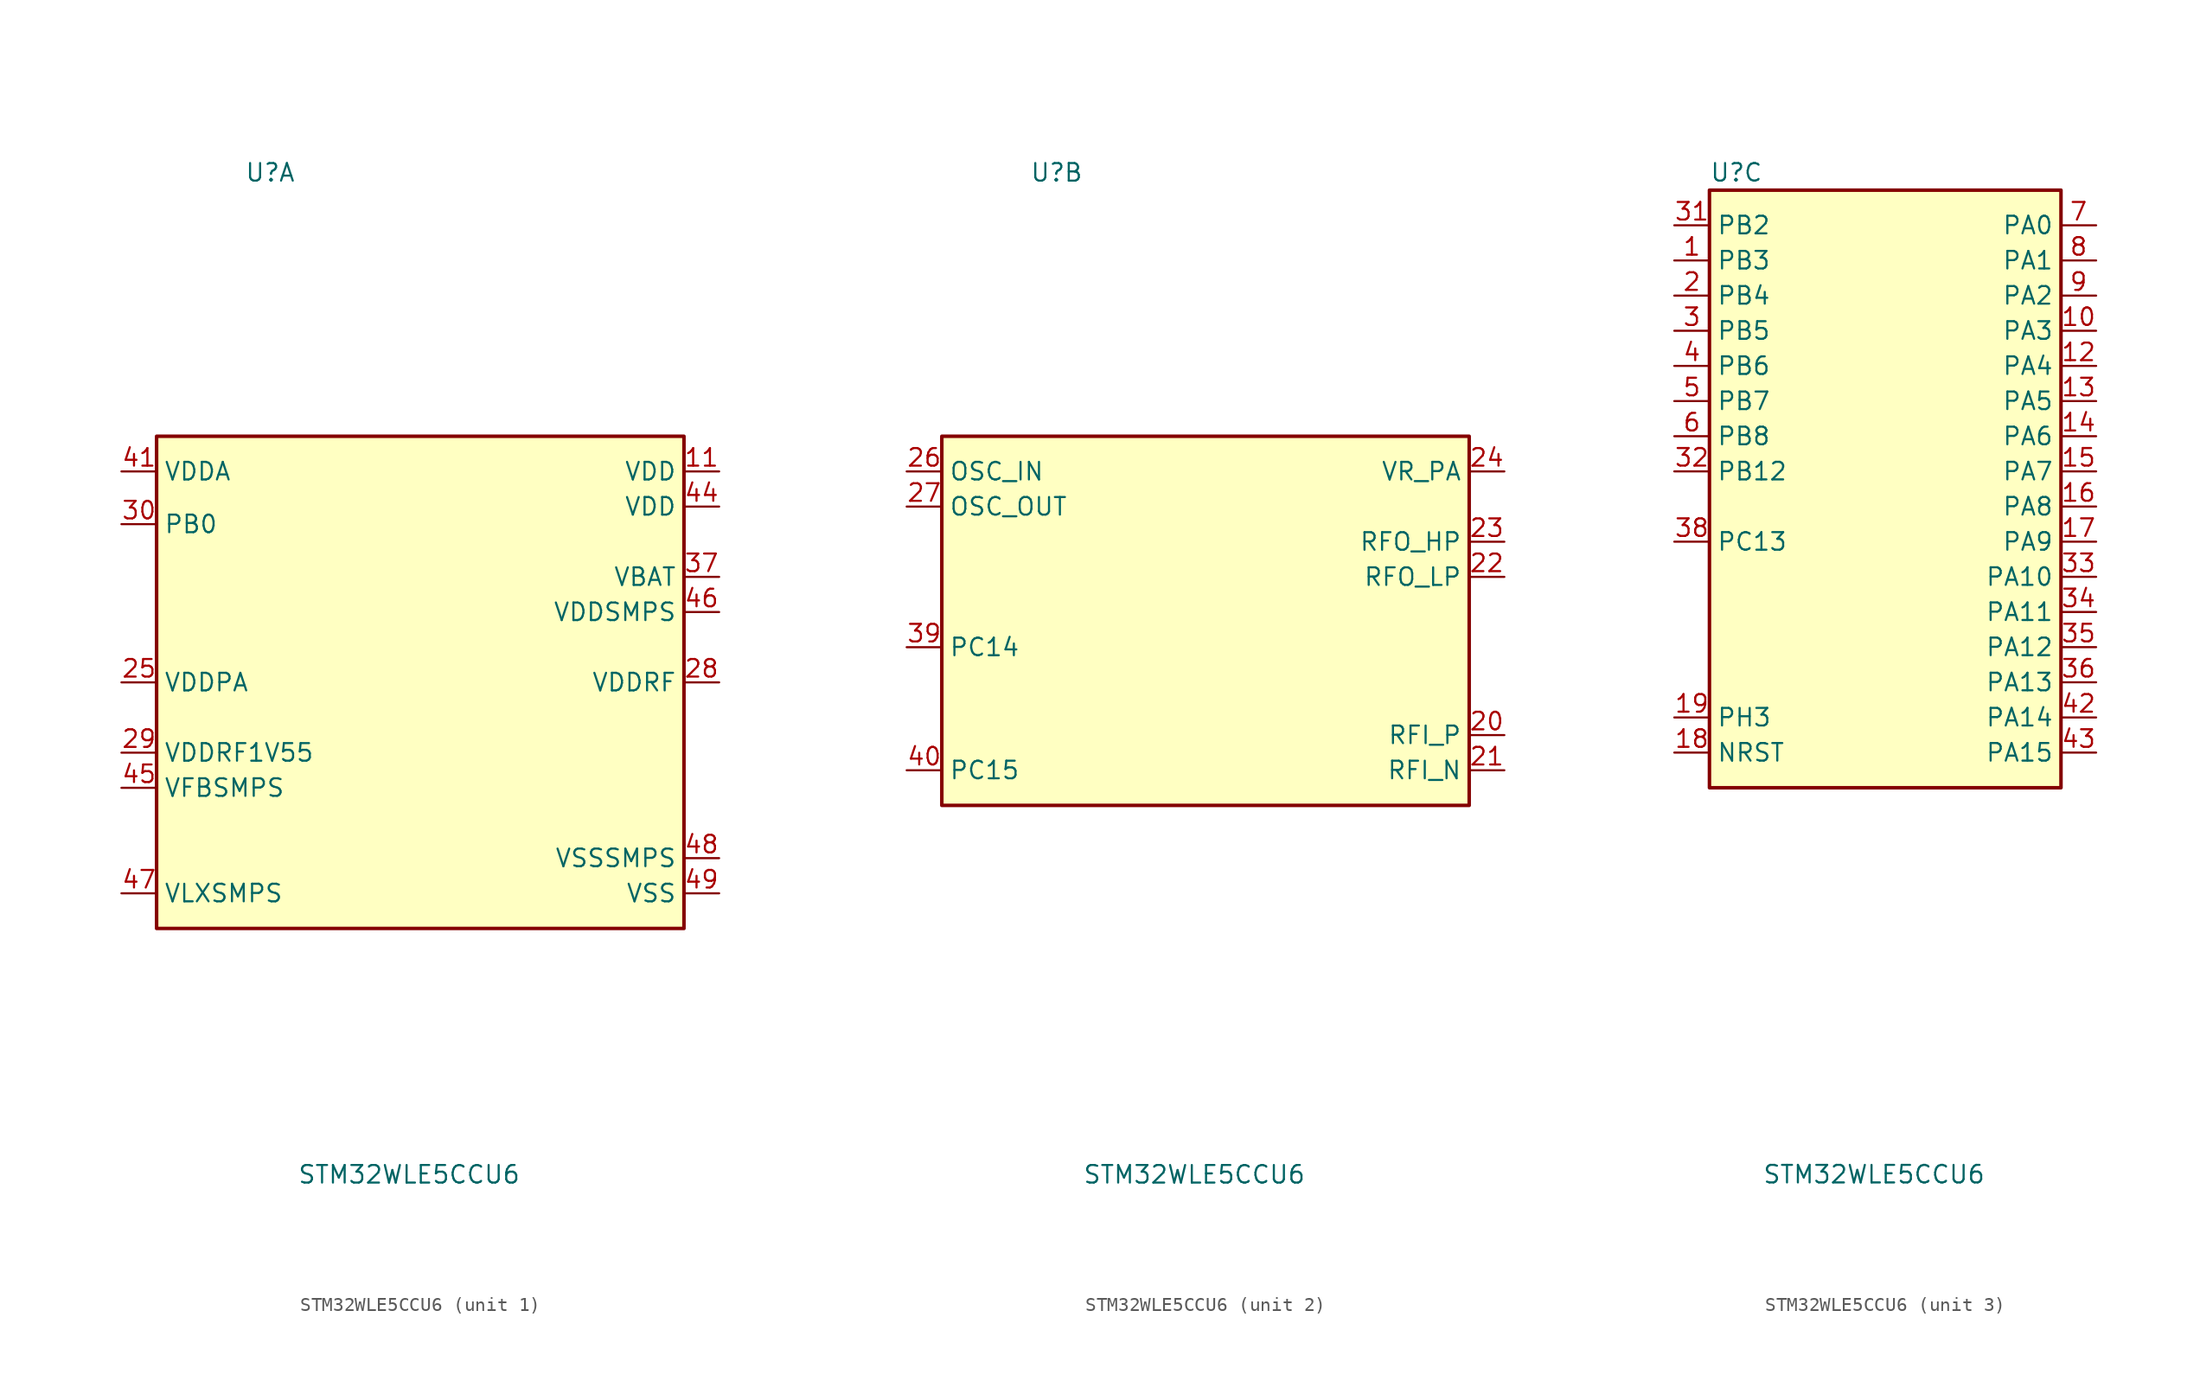
<source format=kicad_sym>
(kicad_symbol_lib
  (version 20231120)
  (generator "kicad_symbol_editor")
  (generator_version "8.0")
  (symbol "STM32WLE5CCU6"
    (property "Reference" "U"
      (at -12.7 36.83 0)
      (effects (font (size 1.27 1.27)) (justify left)))
    (property "Value" "STM32WLE5CCU6"
      (at -8.89 -35.56 0)
      (effects (font (size 1.27 1.27)) (justify left)))
    (property "ki_locked" ""
      (at 0 0 0)
      (effects (font (size 1.27 1.27))))
    (symbol "STM32WLE5CCU6_1_1"
      (rectangle (start -19.05 17.78) (end 19.05 -17.78) (stroke (width 0.254) (type default)) (fill (type background)))
      (pin power_in line (at 21.59 15.24 180) (length 2.54) (name "VDD" (effects (font (size 1.27 1.27)))) (number "11" (effects (font (size 1.27 1.27)))))
      (pin power_in line (at -21.59 0 0) (length 2.54) (name "VDDPA" (effects (font (size 1.27 1.27)))) (number "25" (effects (font (size 1.27 1.27)))))
      (pin power_in line (at 21.59 0 180) (length 2.54) (name "VDDRF" (effects (font (size 1.27 1.27)))) (number "28" (effects (font (size 1.27 1.27)))))
      (pin power_in line (at -21.59 -5.08 0) (length 2.54) (name "VDDRF1V55" (effects (font (size 1.27 1.27)))) (number "29" (effects (font (size 1.27 1.27)))))
      (pin bidirectional line (at -21.59 11.43 0) (length 2.54) (name "PB0" (effects (font (size 1.27 1.27)))) (number "30" (effects (font (size 1.27 1.27)))) (alternate "COMP1_OUT" bidirectional line) (alternate "VDDTCXO" bidirectional line))
      (pin power_in line (at 21.59 7.62 180) (length 2.54) (name "VBAT" (effects (font (size 1.27 1.27)))) (number "37" (effects (font (size 1.27 1.27)))))
      (pin power_in line (at -21.59 15.24 0) (length 2.54) (name "VDDA" (effects (font (size 1.27 1.27)))) (number "41" (effects (font (size 1.27 1.27)))))
      (pin power_in line (at 21.59 12.7 180) (length 2.54) (name "VDD" (effects (font (size 1.27 1.27)))) (number "44" (effects (font (size 1.27 1.27)))))
      (pin input line (at -21.59 -7.62 0) (length 2.54) (name "VFBSMPS" (effects (font (size 1.27 1.27)))) (number "45" (effects (font (size 1.27 1.27)))))
      (pin power_in line (at 21.59 5.08 180) (length 2.54) (name "VDDSMPS" (effects (font (size 1.27 1.27)))) (number "46" (effects (font (size 1.27 1.27)))))
      (pin power_in line (at -21.59 -15.24 0) (length 2.54) (name "VLXSMPS" (effects (font (size 1.27 1.27)))) (number "47" (effects (font (size 1.27 1.27)))))
      (pin power_in line (at 21.59 -12.7 180) (length 2.54) (name "VSSSMPS" (effects (font (size 1.27 1.27)))) (number "48" (effects (font (size 1.27 1.27)))))
      (pin power_in line (at 21.59 -15.24 180) (length 2.54) (name "VSS" (effects (font (size 1.27 1.27)))) (number "49" (effects (font (size 1.27 1.27))))))
    (symbol "STM32WLE5CCU6_2_1"
      (rectangle (start -19.05 17.78) (end 19.05 -8.89) (stroke (width 0.254) (type default)) (fill (type background)))
      (pin bidirectional line (at 21.59 -3.81 180) (length 2.54) (name "RFI_P" (effects (font (size 1.27 1.27)))) (number "20" (effects (font (size 1.27 1.27)))))
      (pin bidirectional line (at 21.59 -6.35 180) (length 2.54) (name "RFI_N" (effects (font (size 1.27 1.27)))) (number "21" (effects (font (size 1.27 1.27)))))
      (pin bidirectional line (at 21.59 7.62 180) (length 2.54) (name "RFO_LP" (effects (font (size 1.27 1.27)))) (number "22" (effects (font (size 1.27 1.27)))))
      (pin bidirectional line (at 21.59 10.16 180) (length 2.54) (name "RFO_HP" (effects (font (size 1.27 1.27)))) (number "23" (effects (font (size 1.27 1.27)))))
      (pin power_in line (at 21.59 15.24 180) (length 2.54) (name "VR_PA" (effects (font (size 1.27 1.27)))) (number "24" (effects (font (size 1.27 1.27)))))
      (pin input line (at -21.59 15.24 0) (length 2.54) (name "OSC_IN" (effects (font (size 1.27 1.27)))) (number "26" (effects (font (size 1.27 1.27)))) (alternate "RCC_OSC_IN" bidirectional line))
      (pin input line (at -21.59 12.7 0) (length 2.54) (name "OSC_OUT" (effects (font (size 1.27 1.27)))) (number "27" (effects (font (size 1.27 1.27)))) (alternate "RCC_OSC_OUT" bidirectional line))
      (pin bidirectional line (at -21.59 2.54 0) (length 2.54) (name "PC14" (effects (font (size 1.27 1.27)))) (number "39" (effects (font (size 1.27 1.27)))) (alternate "RCC_OSC32_IN" bidirectional line))
      (pin bidirectional line (at -21.59 -6.35 0) (length 2.54) (name "PC15" (effects (font (size 1.27 1.27)))) (number "40" (effects (font (size 1.27 1.27)))) (alternate "RCC_OSC32_OUT" bidirectional line)))
    (symbol "STM32WLE5CCU6_3_1"
      (rectangle (start -12.7 35.56) (end 12.7 -7.62) (stroke (width 0.254) (type default)) (fill (type background)))
      (pin bidirectional line (at -15.24 30.48 0) (length 2.54) (name "PB3" (effects (font (size 1.27 1.27)))) (number "1" (effects (font (size 1.27 1.27)))) (alternate "ADC_IN2" bidirectional line) (alternate "COMP1_INM" bidirectional line) (alternate "COMP2_INM" bidirectional line) (alternate "DEBUG_JTDO-SWO" bidirectional line) (alternate "DEBUG_RF-DTB1" bidirectional line) (alternate "PWR_WKUP3" bidirectional line) (alternate "RTC_TAMP_IN3" bidirectional line) (alternate "SPI1_SCK" bidirectional line) (alternate "TIM2_CH2" bidirectional line) (alternate "USART1_DE" bidirectional line) (alternate "USART1_RTS" bidirectional line))
      (pin bidirectional line (at 15.24 25.4 180) (length 2.54) (name "PA3" (effects (font (size 1.27 1.27)))) (number "10" (effects (font (size 1.27 1.27)))) (alternate "I2S2_MCK" bidirectional line) (alternate "LPUART1_RX" bidirectional line) (alternate "TIM2_CH4" bidirectional line) (alternate "USART2_RX" bidirectional line))
      (pin bidirectional line (at 15.24 22.86 180) (length 2.54) (name "PA4" (effects (font (size 1.27 1.27)))) (number "12" (effects (font (size 1.27 1.27)))) (alternate "DEBUG_SUBGHZSPI-NSSOUT" bidirectional line) (alternate "LPTIM1_OUT" bidirectional line) (alternate "LPTIM2_OUT" bidirectional line) (alternate "RTC_OUT2" bidirectional line) (alternate "SPI1_NSS" bidirectional line) (alternate "USART2_CK" bidirectional line))
      (pin bidirectional line (at 15.24 20.32 180) (length 2.54) (name "PA5" (effects (font (size 1.27 1.27)))) (number "13" (effects (font (size 1.27 1.27)))) (alternate "DEBUG_SUBGHZSPI-SCKOUT" bidirectional line) (alternate "LPTIM2_ETR" bidirectional line) (alternate "SPI1_SCK" bidirectional line) (alternate "SPI2_MISO" bidirectional line) (alternate "TIM2_CH1" bidirectional line) (alternate "TIM2_ETR" bidirectional line))
      (pin bidirectional line (at 15.24 17.78 180) (length 2.54) (name "PA6" (effects (font (size 1.27 1.27)))) (number "14" (effects (font (size 1.27 1.27)))) (alternate "DEBUG_SUBGHZSPI-MISOOUT" bidirectional line) (alternate "I2C2_SMBA" bidirectional line) (alternate "LPUART1_CTS" bidirectional line) (alternate "SPI1_MISO" bidirectional line) (alternate "TIM16_CH1" bidirectional line) (alternate "TIM1_BKIN" bidirectional line))
      (pin bidirectional line (at 15.24 15.24 180) (length 2.54) (name "PA7" (effects (font (size 1.27 1.27)))) (number "15" (effects (font (size 1.27 1.27)))) (alternate "COMP2_OUT" bidirectional line) (alternate "DEBUG_SUBGHZSPI-MOSIOUT" bidirectional line) (alternate "I2C3_SCL" bidirectional line) (alternate "SPI1_MOSI" bidirectional line) (alternate "TIM17_CH1" bidirectional line) (alternate "TIM1_CH1N" bidirectional line))
      (pin bidirectional line (at 15.24 12.7 180) (length 2.54) (name "PA8" (effects (font (size 1.27 1.27)))) (number "16" (effects (font (size 1.27 1.27)))) (alternate "I2S2_CK" bidirectional line) (alternate "LPTIM2_OUT" bidirectional line) (alternate "RCC_MCO" bidirectional line) (alternate "SPI2_SCK" bidirectional line) (alternate "TIM1_CH1" bidirectional line) (alternate "USART1_CK" bidirectional line))
      (pin bidirectional line (at 15.24 10.16 180) (length 2.54) (name "PA9" (effects (font (size 1.27 1.27)))) (number "17" (effects (font (size 1.27 1.27)))) (alternate "DAC_EXTI9" bidirectional line) (alternate "I2C1_SCL" bidirectional line) (alternate "I2S2_CK" bidirectional line) (alternate "I2S2_WS" bidirectional line) (alternate "SPI2_NSS" bidirectional line) (alternate "SPI2_SCK" bidirectional line) (alternate "TIM1_CH2" bidirectional line) (alternate "USART1_TX" bidirectional line))
      (pin input line (at -15.24 -5.08 0) (length 2.54) (name "NRST" (effects (font (size 1.27 1.27)))) (number "18" (effects (font (size 1.27 1.27)))))
      (pin bidirectional line (at -15.24 -2.54 0) (length 2.54) (name "PH3" (effects (font (size 1.27 1.27)))) (number "19" (effects (font (size 1.27 1.27)))))
      (pin bidirectional line (at -15.24 27.94 0) (length 2.54) (name "PB4" (effects (font (size 1.27 1.27)))) (number "2" (effects (font (size 1.27 1.27)))) (alternate "ADC_IN3" bidirectional line) (alternate "COMP1_INP" bidirectional line) (alternate "COMP2_INP" bidirectional line) (alternate "DEBUG_JTRST" bidirectional line) (alternate "DEBUG_RF-LDORDY" bidirectional line) (alternate "I2C3_SDA" bidirectional line) (alternate "SPI1_MISO" bidirectional line) (alternate "TIM17_BKIN" bidirectional line) (alternate "USART1_CTS" bidirectional line) (alternate "USART1_NSS" bidirectional line))
      (pin bidirectional line (at -15.24 25.4 0) (length 2.54) (name "PB5" (effects (font (size 1.27 1.27)))) (number "3" (effects (font (size 1.27 1.27)))) (alternate "COMP2_OUT" bidirectional line) (alternate "I2C1_SMBA" bidirectional line) (alternate "LPTIM1_IN1" bidirectional line) (alternate "SPI1_MOSI" bidirectional line) (alternate "TIM16_BKIN" bidirectional line) (alternate "USART1_CK" bidirectional line))
      (pin bidirectional line (at -15.24 33.02 0) (length 2.54) (name "PB2" (effects (font (size 1.27 1.27)))) (number "31" (effects (font (size 1.27 1.27)))) (alternate "ADC_IN4" bidirectional line) (alternate "COMP1_INP" bidirectional line) (alternate "COMP2_INM" bidirectional line) (alternate "DEBUG_RF-SMPSRDY" bidirectional line) (alternate "I2C3_SMBA" bidirectional line) (alternate "LPTIM1_OUT" bidirectional line) (alternate "SPI1_NSS" bidirectional line))
      (pin bidirectional line (at -15.24 15.24 0) (length 2.54) (name "PB12" (effects (font (size 1.27 1.27)))) (number "32" (effects (font (size 1.27 1.27)))) (alternate "I2C3_SMBA" bidirectional line) (alternate "I2S2_WS" bidirectional line) (alternate "LPUART1_RTS" bidirectional line) (alternate "SPI2_NSS" bidirectional line) (alternate "TIM1_BKIN" bidirectional line))
      (pin bidirectional line (at 15.24 7.62 180) (length 2.54) (name "PA10" (effects (font (size 1.27 1.27)))) (number "33" (effects (font (size 1.27 1.27)))) (alternate "ADC_IN6" bidirectional line) (alternate "COMP1_INM" bidirectional line) (alternate "COMP2_INM" bidirectional line) (alternate "DAC_OUT1" bidirectional line) (alternate "DEBUG_RF-HSE32RDY" bidirectional line) (alternate "I2C1_SDA" bidirectional line) (alternate "I2S2_SD" bidirectional line) (alternate "RTC_REFIN" bidirectional line) (alternate "SPI2_MOSI" bidirectional line) (alternate "TIM17_BKIN" bidirectional line) (alternate "TIM1_CH3" bidirectional line) (alternate "USART1_RX" bidirectional line))
      (pin bidirectional line (at 15.24 5.08 180) (length 2.54) (name "PA11" (effects (font (size 1.27 1.27)))) (number "34" (effects (font (size 1.27 1.27)))) (alternate "ADC_EXTI11" bidirectional line) (alternate "ADC_IN7" bidirectional line) (alternate "COMP1_INM" bidirectional line) (alternate "COMP2_INM" bidirectional line) (alternate "DEBUG_RF-NRESET" bidirectional line) (alternate "I2C2_SDA" bidirectional line) (alternate "LPTIM3_ETR" bidirectional line) (alternate "SPI1_MISO" bidirectional line) (alternate "TIM1_BKIN2" bidirectional line) (alternate "TIM1_CH4" bidirectional line) (alternate "USART1_CTS" bidirectional line) (alternate "USART1_NSS" bidirectional line))
      (pin bidirectional line (at 15.24 2.54 180) (length 2.54) (name "PA12" (effects (font (size 1.27 1.27)))) (number "35" (effects (font (size 1.27 1.27)))) (alternate "ADC_IN8" bidirectional line) (alternate "DEBUG_RF-BUSY" bidirectional line) (alternate "I2C2_SCL" bidirectional line) (alternate "LPTIM3_IN1" bidirectional line) (alternate "SPI1_MOSI" bidirectional line) (alternate "TIM1_ETR" bidirectional line) (alternate "USART1_DE" bidirectional line) (alternate "USART1_RTS" bidirectional line))
      (pin bidirectional line (at 15.24 0 180) (length 2.54) (name "PA13" (effects (font (size 1.27 1.27)))) (number "36" (effects (font (size 1.27 1.27)))) (alternate "ADC_IN9" bidirectional line) (alternate "DEBUG_JTMS-SWDIO" bidirectional line) (alternate "I2C2_SMBA" bidirectional line) (alternate "IR_OUT" bidirectional line))
      (pin bidirectional line (at -15.24 10.16 0) (length 2.54) (name "PC13" (effects (font (size 1.27 1.27)))) (number "38" (effects (font (size 1.27 1.27)))) (alternate "PWR_WKUP2" bidirectional line) (alternate "RTC_OUT1" bidirectional line) (alternate "RTC_TAMP_IN1" bidirectional line) (alternate "RTC_TS" bidirectional line))
      (pin bidirectional line (at -15.24 22.86 0) (length 2.54) (name "PB6" (effects (font (size 1.27 1.27)))) (number "4" (effects (font (size 1.27 1.27)))) (alternate "I2C1_SCL" bidirectional line) (alternate "LPTIM1_ETR" bidirectional line) (alternate "TIM16_CH1N" bidirectional line) (alternate "USART1_TX" bidirectional line))
      (pin bidirectional line (at 15.24 -2.54 180) (length 2.54) (name "PA14" (effects (font (size 1.27 1.27)))) (number "42" (effects (font (size 1.27 1.27)))) (alternate "ADC_IN10" bidirectional line) (alternate "DEBUG_JTCK-SWCLK" bidirectional line) (alternate "I2C1_SMBA" bidirectional line) (alternate "LPTIM1_OUT" bidirectional line))
      (pin bidirectional line (at 15.24 -5.08 180) (length 2.54) (name "PA15" (effects (font (size 1.27 1.27)))) (number "43" (effects (font (size 1.27 1.27)))) (alternate "ADC_IN11" bidirectional line) (alternate "COMP1_INM" bidirectional line) (alternate "COMP2_INP" bidirectional line) (alternate "DEBUG_JTDI" bidirectional line) (alternate "I2C2_SDA" bidirectional line) (alternate "SPI1_NSS" bidirectional line) (alternate "TIM2_CH1" bidirectional line) (alternate "TIM2_ETR" bidirectional line))
      (pin bidirectional line (at -15.24 20.32 0) (length 2.54) (name "PB7" (effects (font (size 1.27 1.27)))) (number "5" (effects (font (size 1.27 1.27)))) (alternate "I2C1_SDA" bidirectional line) (alternate "LPTIM1_IN2" bidirectional line) (alternate "PWR_PVD_IN" bidirectional line) (alternate "TIM17_CH1N" bidirectional line) (alternate "TIM1_BKIN" bidirectional line) (alternate "USART1_RX" bidirectional line))
      (pin bidirectional line (at -15.24 17.78 0) (length 2.54) (name "PB8" (effects (font (size 1.27 1.27)))) (number "6" (effects (font (size 1.27 1.27)))) (alternate "I2C1_SCL" bidirectional line) (alternate "TIM16_CH1" bidirectional line) (alternate "TIM1_CH2N" bidirectional line))
      (pin bidirectional line (at 15.24 33.02 180) (length 2.54) (name "PA0" (effects (font (size 1.27 1.27)))) (number "7" (effects (font (size 1.27 1.27)))) (alternate "COMP1_OUT" bidirectional line) (alternate "DEBUG_PWR-REGLP1S" bidirectional line) (alternate "I2C3_SMBA" bidirectional line) (alternate "I2S_CKIN" bidirectional line) (alternate "PWR_WKUP1" bidirectional line) (alternate "RTC_TAMP_IN2" bidirectional line) (alternate "TIM2_CH1" bidirectional line) (alternate "TIM2_ETR" bidirectional line) (alternate "USART2_CTS" bidirectional line) (alternate "USART2_NSS" bidirectional line))
      (pin bidirectional line (at 15.24 30.48 180) (length 2.54) (name "PA1" (effects (font (size 1.27 1.27)))) (number "8" (effects (font (size 1.27 1.27)))) (alternate "DEBUG_PWR-REGLP2S" bidirectional line) (alternate "I2C1_SMBA" bidirectional line) (alternate "LPTIM3_OUT" bidirectional line) (alternate "LPUART1_RTS" bidirectional line) (alternate "SPI1_SCK" bidirectional line) (alternate "TIM2_CH2" bidirectional line) (alternate "USART2_DE" bidirectional line) (alternate "USART2_RTS" bidirectional line))
      (pin bidirectional line (at 15.24 27.94 180) (length 2.54) (name "PA2" (effects (font (size 1.27 1.27)))) (number "9" (effects (font (size 1.27 1.27)))) (alternate "COMP2_OUT" bidirectional line) (alternate "DEBUG_PWR-LDORDY" bidirectional line) (alternate "LPUART1_TX" bidirectional line) (alternate "RCC_LSCO" bidirectional line) (alternate "TIM2_CH3" bidirectional line) (alternate "USART2_TX" bidirectional line)))))
</source>
